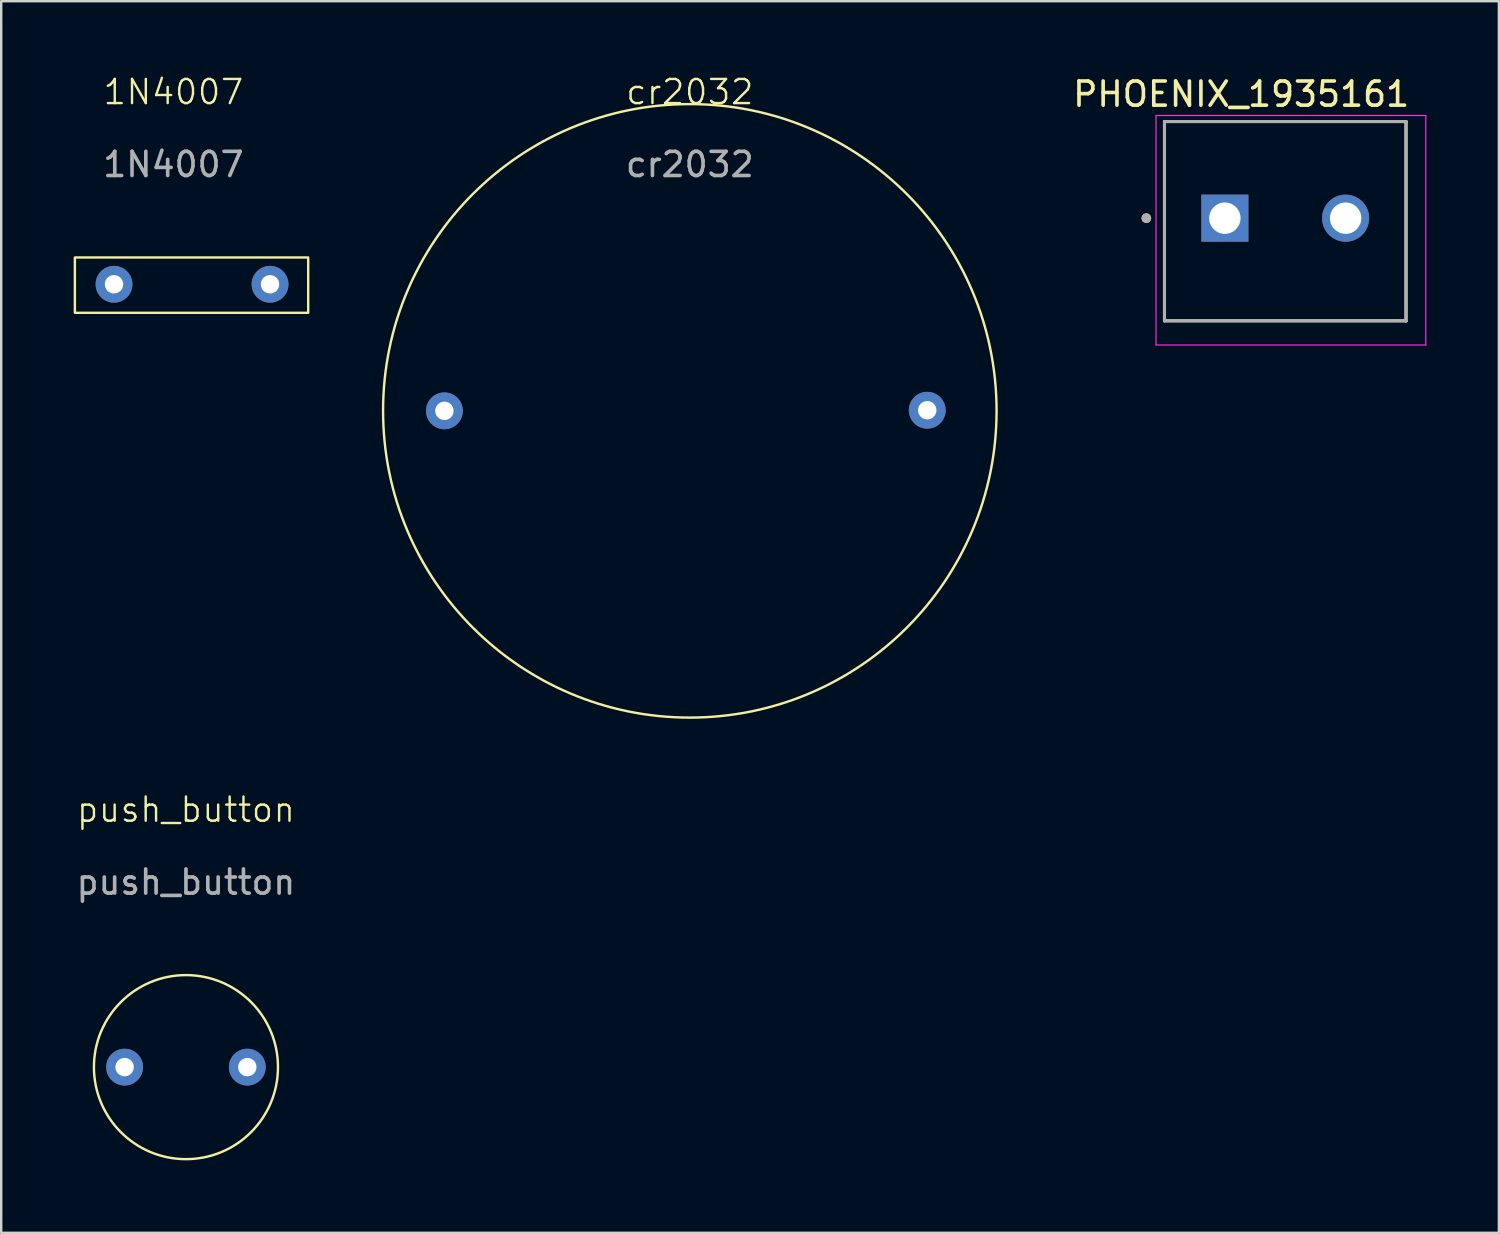
<source format=kicad_pcb>
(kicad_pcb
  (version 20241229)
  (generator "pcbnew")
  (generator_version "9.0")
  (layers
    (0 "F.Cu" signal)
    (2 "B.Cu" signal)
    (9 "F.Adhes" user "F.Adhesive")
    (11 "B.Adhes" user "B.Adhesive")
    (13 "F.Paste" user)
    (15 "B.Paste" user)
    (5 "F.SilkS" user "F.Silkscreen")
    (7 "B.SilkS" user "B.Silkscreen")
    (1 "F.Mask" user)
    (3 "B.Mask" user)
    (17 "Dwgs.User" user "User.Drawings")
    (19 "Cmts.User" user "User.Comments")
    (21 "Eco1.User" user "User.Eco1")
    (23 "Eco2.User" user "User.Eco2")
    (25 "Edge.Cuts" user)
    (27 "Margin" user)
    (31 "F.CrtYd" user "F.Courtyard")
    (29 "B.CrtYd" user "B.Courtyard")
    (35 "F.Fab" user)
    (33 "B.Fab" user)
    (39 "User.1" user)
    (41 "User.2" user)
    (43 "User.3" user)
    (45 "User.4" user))
  (footprint "PHOENIX_1935161"
    (layer "F.Cu")
    (at 45.162 10.233)
    (property "Reference" "PHOENIX_1935161" (at 3.175 -9.385 0) (layer "F.SilkS") (effects (font (size 1 1) (thickness 0.15))))
    (attr through_hole)
    (fp_line (start 0 -8.25) (end 10 -8.25) (stroke (width 0.127) (type solid)) (layer "F.SilkS"))
    (fp_line (start 0 0) (end 0 -8.25) (stroke (width 0.127) (type solid)) (layer "F.SilkS"))
    (fp_line (start 0 0) (end 10 0) (stroke (width 0.127) (type solid)) (layer "F.SilkS"))
    (fp_line (start 10 0) (end 10 -8.25) (stroke (width 0.127) (type solid)) (layer "F.SilkS"))
    (fp_circle (center -0.75 -4.25) (end -0.65 -4.25) (stroke (width 0.2) (type solid)) (fill no) (layer "F.SilkS"))
    (fp_line (start -0.35 -8.5) (end -0.35 1) (stroke (width 0.05) (type solid)) (layer "F.CrtYd"))
    (fp_line (start -0.35 1) (end 10.82 1) (stroke (width 0.05) (type solid)) (layer "F.CrtYd"))
    (fp_line (start 10.82 -8.5) (end -0.35 -8.5) (stroke (width 0.05) (type solid)) (layer "F.CrtYd"))
    (fp_line (start 10.82 1) (end 10.82 -8.5) (stroke (width 0.05) (type solid)) (layer "F.CrtYd"))
    (fp_line (start 0 -8.25) (end 10 -8.25) (stroke (width 0.127) (type solid)) (layer "F.Fab"))
    (fp_line (start 0 0) (end 0 -8.25) (stroke (width 0.127) (type solid)) (layer "F.Fab"))
    (fp_line (start 0 0) (end 10 0) (stroke (width 0.127) (type solid)) (layer "F.Fab"))
    (fp_line (start 10 0) (end 10 -8.25) (stroke (width 0.127) (type solid)) (layer "F.Fab"))
    (fp_circle (center -0.75 -4.25) (end -0.65 -4.25) (stroke (width 0.2) (type solid)) (fill no) (layer "F.Fab"))
    (pad "1" thru_hole rect (at 2.5 -4.25) (size 1.95 1.95) (drill 1.3) (layers "*.Cu" "*.Mask"))
    (pad "2" thru_hole circle (at 7.5 -4.25) (size 1.95 1.95) (drill 1.3) (layers "*.Cu" "*.Mask")))
  (footprint "cr2032"
    (layer "F.Cu")
    (at 25.51 1.26)
    (property "Reference" "cr2032" (at 0 -0.5 0) (unlocked yes) (layer "F.SilkS") (effects (font (size 1 1) (thickness 0.1))))
    (attr through_hole)
    (fp_circle (center 0 12.7) (end 12.7 12.7) (stroke (width 0.1) (type default)) (fill no) (layer "F.SilkS"))
    (fp_text user "${REFERENCE}" (at 0 2.5 0) (unlocked yes) (layer "F.Fab") (effects (font (size 1 1) (thickness 0.15))))
    (pad "1" thru_hole circle (at -10.16 12.7) (size 1.524 1.524) (drill 0.762) (layers "*.Cu" "*.Mask"))
    (pad "2" thru_hole circle (at 9.83 12.675) (size 1.524 1.524) (drill 0.762) (layers "*.Cu" "*.Mask")))
  (footprint "1N4007"
    (layer "F.Cu")
    (at 4.13 1.26)
    (property "Reference" "1N4007" (at 0 -0.5 0) (unlocked yes) (layer "F.SilkS") (effects (font (size 1 1) (thickness 0.1))))
    (attr through_hole)
    (fp_rect (start -4.08 6.35) (end 5.58 8.64) (stroke (width 0.1) (type default)) (fill no) (layer "F.SilkS"))
    (fp_text user "${REFERENCE}" (at 0 2.5 0) (unlocked yes) (layer "F.Fab") (effects (font (size 1 1) (thickness 0.15))))
    (pad "1" thru_hole circle (at -2.46 7.46) (size 1.524 1.524) (drill 0.762) (layers "*.Cu" "*.Mask"))
    (pad "2" thru_hole circle (at 4 7.46) (size 1.524 1.524) (drill 0.762) (layers "*.Cu" "*.Mask")))
  (footprint "push_button"
    (layer "F.Cu")
    (at 4.649 30.971)
    (property "Reference" "push_button" (at 0 -0.5 0) (unlocked yes) (layer "F.SilkS") (effects (font (size 1 1) (thickness 0.1))))
    (attr through_hole)
    (fp_circle (center 0 10.16) (end 3.81 10.16) (stroke (width 0.1) (type default)) (fill no) (layer "F.SilkS"))
    (fp_text user "${REFERENCE}" (at 0 2.5 0) (unlocked yes) (layer "F.Fab") (effects (font (size 1 1) (thickness 0.15))))
    (pad "1" thru_hole circle (at -2.54 10.16) (size 1.524 1.524) (drill 0.762) (layers "*.Cu" "*.Mask"))
    (pad "2" thru_hole circle (at 2.54 10.16) (size 1.524 1.524) (drill 0.762) (layers "*.Cu" "*.Mask")))
  (gr_rect
    (start -3 -3)
    (end 59.007 47.991)
    (stroke (width 0.1) (type default))
    (fill no)
    (layer "Edge.Cuts")))
</source>
